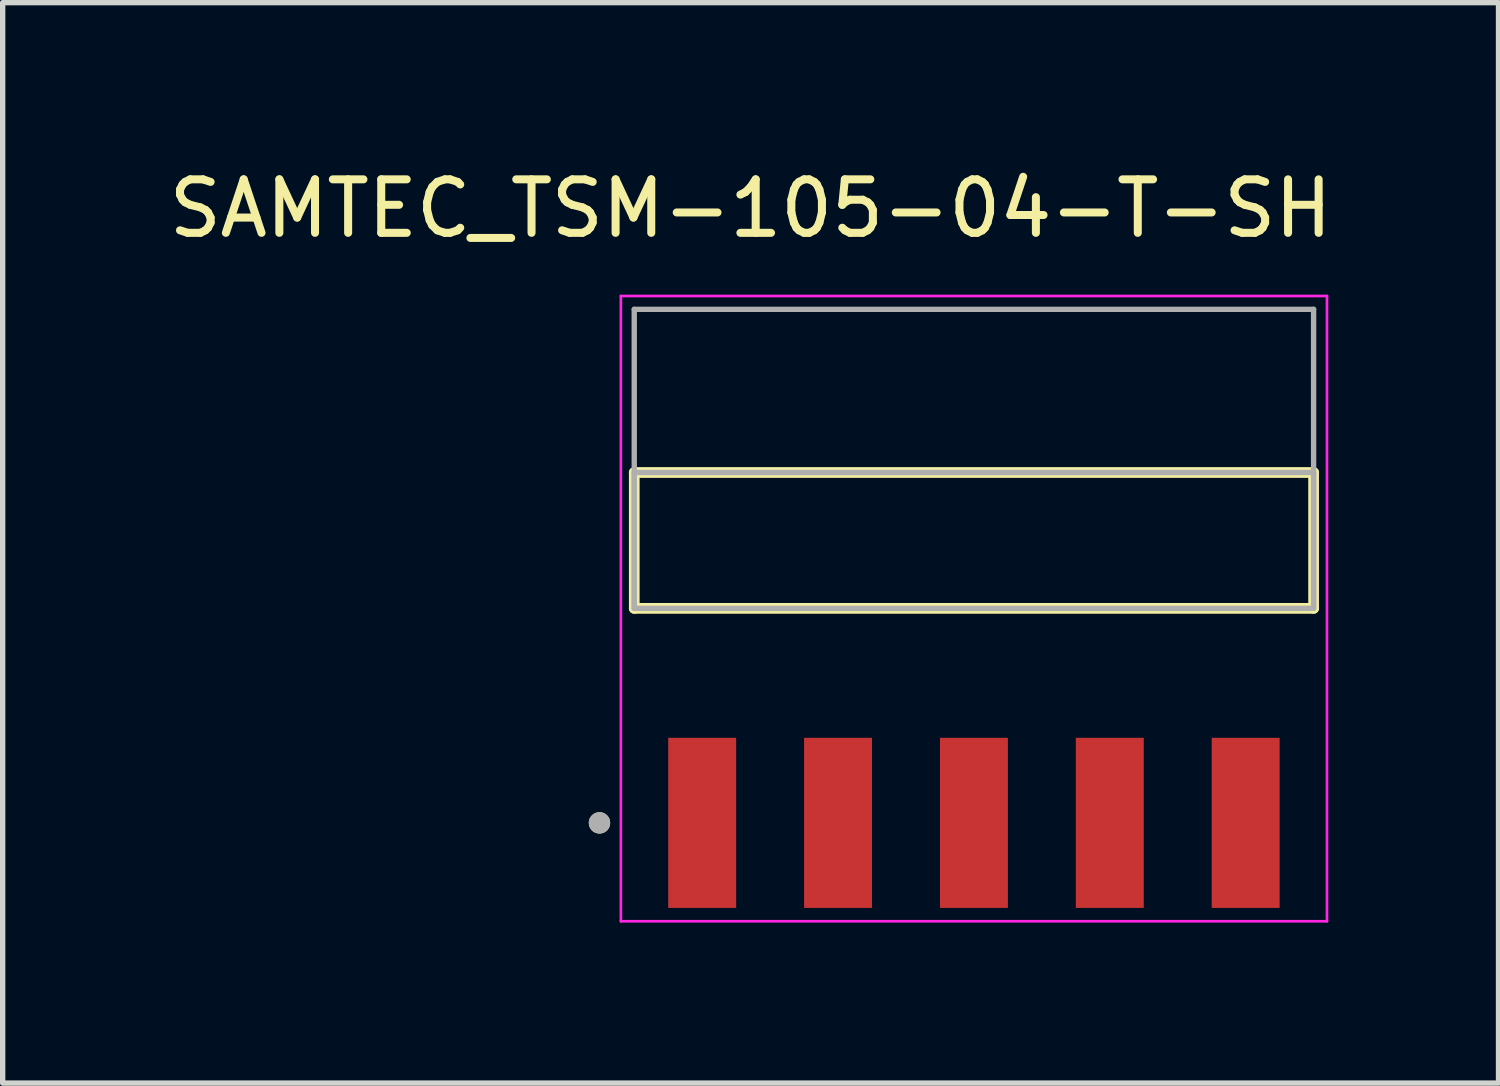
<source format=kicad_pcb>
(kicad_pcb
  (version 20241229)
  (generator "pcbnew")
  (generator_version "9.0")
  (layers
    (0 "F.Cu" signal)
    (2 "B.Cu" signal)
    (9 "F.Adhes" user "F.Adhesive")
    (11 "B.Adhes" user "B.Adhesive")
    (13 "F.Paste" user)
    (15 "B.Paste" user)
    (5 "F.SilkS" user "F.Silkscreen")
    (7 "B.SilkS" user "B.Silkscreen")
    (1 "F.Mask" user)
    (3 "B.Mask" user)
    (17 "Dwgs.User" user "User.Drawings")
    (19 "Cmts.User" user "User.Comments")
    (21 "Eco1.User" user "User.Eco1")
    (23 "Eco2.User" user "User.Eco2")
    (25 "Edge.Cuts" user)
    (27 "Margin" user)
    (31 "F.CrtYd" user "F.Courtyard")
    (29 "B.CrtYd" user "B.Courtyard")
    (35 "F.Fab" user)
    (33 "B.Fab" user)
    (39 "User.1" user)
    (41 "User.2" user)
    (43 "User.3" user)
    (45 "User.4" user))
  (footprint "SAMTEC_TSM-105-04-T-SH"
    (layer "F.Cu")
    (at 15.157 7.053)
    (property "Reference" "SAMTEC_TSM-105-04-T-SH" (at -4.175 -6.205 0) (layer "F.SilkS") (effects (font (size 1 1) (thickness 0.15))))
    (attr smd)
    (fp_line (start -6.35 1.27) (end -6.35 -1.27) (stroke (width 0.2) (type solid)) (layer "F.SilkS"))
    (fp_line (start 6.35 -1.27) (end -6.35 -1.27) (stroke (width 0.2) (type solid)) (layer "F.SilkS"))
    (fp_line (start 6.35 -1.27) (end 6.35 1.27) (stroke (width 0.2) (type solid)) (layer "F.SilkS"))
    (fp_line (start 6.35 1.27) (end -6.35 1.27) (stroke (width 0.2) (type solid)) (layer "F.SilkS"))
    (fp_circle (center -7 5.28) (end -6.9 5.28) (stroke (width 0.2) (type solid)) (fill no) (layer "F.SilkS"))
    (fp_line (start -6.6 -4.57) (end 6.6 -4.57) (stroke (width 0.05) (type solid)) (layer "F.CrtYd"))
    (fp_line (start -6.6 7.12) (end -6.6 -4.57) (stroke (width 0.05) (type solid)) (layer "F.CrtYd"))
    (fp_line (start 6.6 -4.57) (end 6.6 7.12) (stroke (width 0.05) (type solid)) (layer "F.CrtYd"))
    (fp_line (start 6.6 7.12) (end -6.6 7.12) (stroke (width 0.05) (type solid)) (layer "F.CrtYd"))
    (fp_line (start -6.35 -4.32) (end 6.35 -4.32) (stroke (width 0.1) (type solid)) (layer "F.Fab"))
    (fp_line (start -6.35 -1.27) (end 6.35 -1.27) (stroke (width 0.1) (type solid)) (layer "F.Fab"))
    (fp_line (start -6.35 1.27) (end -6.35 -4.32) (stroke (width 0.1) (type solid)) (layer "F.Fab"))
    (fp_line (start -6.35 1.27) (end -6.35 -1.27) (stroke (width 0.1) (type solid)) (layer "F.Fab"))
    (fp_line (start 6.35 -4.32) (end 6.35 1.27) (stroke (width 0.1) (type solid)) (layer "F.Fab"))
    (fp_line (start 6.35 -1.27) (end 6.35 1.27) (stroke (width 0.1) (type solid)) (layer "F.Fab"))
    (fp_line (start 6.35 1.27) (end -6.35 1.27) (stroke (width 0.1) (type solid)) (layer "F.Fab"))
    (fp_circle (center -7 5.28) (end -6.9 5.28) (stroke (width 0.2) (type solid)) (fill no) (layer "F.Fab"))
    (pad "01" smd rect (at -5.08 5.28) (size 1.27 3.18) (layers "F.Cu" "F.Mask" "F.Paste"))
    (pad "02" smd rect (at -2.54 5.28) (size 1.27 3.18) (layers "F.Cu" "F.Mask" "F.Paste"))
    (pad "03" smd rect (at 0 5.28) (size 1.27 3.18) (layers "F.Cu" "F.Mask" "F.Paste"))
    (pad "04" smd rect (at 2.54 5.28) (size 1.27 3.18) (layers "F.Cu" "F.Mask" "F.Paste"))
    (pad "05" smd rect (at 5.08 5.28) (size 1.27 3.18) (layers "F.Cu" "F.Mask" "F.Paste")))
  (gr_rect
    (start -3 -3)
    (end 24.964 17.198)
    (stroke (width 0.1) (type default))
    (fill no)
    (layer "Edge.Cuts")))
</source>
